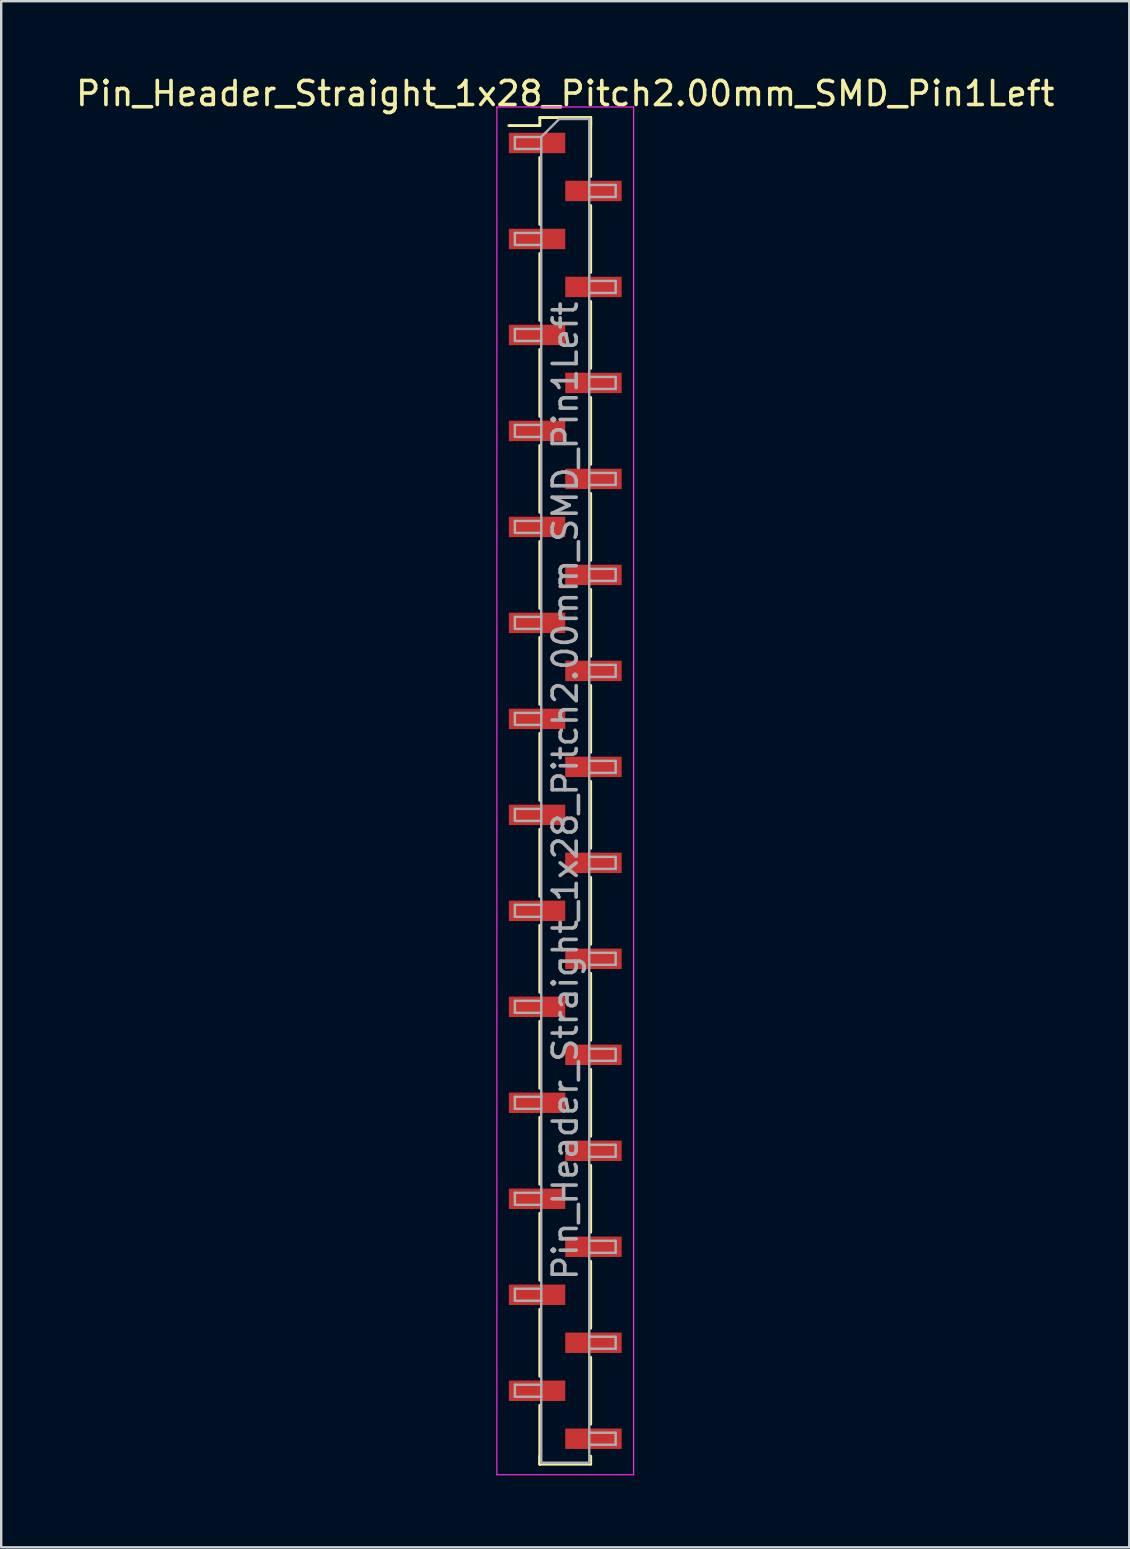
<source format=kicad_pcb>
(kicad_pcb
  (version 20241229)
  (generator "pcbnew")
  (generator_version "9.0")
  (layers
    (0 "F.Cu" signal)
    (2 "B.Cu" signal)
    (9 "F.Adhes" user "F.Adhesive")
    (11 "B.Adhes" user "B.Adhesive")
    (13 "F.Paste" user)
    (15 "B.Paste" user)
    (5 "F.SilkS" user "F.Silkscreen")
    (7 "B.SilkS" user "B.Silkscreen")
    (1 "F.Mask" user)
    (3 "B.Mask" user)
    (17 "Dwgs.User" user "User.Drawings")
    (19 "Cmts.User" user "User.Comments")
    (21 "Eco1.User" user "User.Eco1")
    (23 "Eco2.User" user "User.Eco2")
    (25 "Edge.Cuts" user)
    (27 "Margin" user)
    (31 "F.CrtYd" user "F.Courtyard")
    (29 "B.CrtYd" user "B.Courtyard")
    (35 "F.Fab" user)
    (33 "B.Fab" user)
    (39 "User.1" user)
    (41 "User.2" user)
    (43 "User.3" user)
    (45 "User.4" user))
  (footprint "Pin_Header_Straight_1x28_Pitch2.00mm_SMD_Pin1Left"
    (layer "F.Cu")
    (at 20.506 29.908)
    (property "Reference" "Pin_Header_Straight_1x28_Pitch2.00mm_SMD_Pin1Left" (at 0 -29.06 0) (layer "F.SilkS") (effects (font (size 1 1) (thickness 0.15))))
    (attr smd)
    (fp_line (start -1.06 -28.06) (end 1.06 -28.06) (stroke (width 0.12) (type solid)) (layer "F.SilkS"))
    (fp_line (start -1.06 -27.725) (end -2.35 -27.725) (stroke (width 0.12) (type solid)) (layer "F.SilkS"))
    (fp_line (start -1.06 -27.725) (end -1.06 -28.06) (stroke (width 0.12) (type solid)) (layer "F.SilkS"))
    (fp_line (start -1.06 -26.395) (end -1.06 -23.605) (stroke (width 0.12) (type solid)) (layer "F.SilkS"))
    (fp_line (start -1.06 -22.395) (end -1.06 -19.605) (stroke (width 0.12) (type solid)) (layer "F.SilkS"))
    (fp_line (start -1.06 -18.395) (end -1.06 -15.605) (stroke (width 0.12) (type solid)) (layer "F.SilkS"))
    (fp_line (start -1.06 -14.395) (end -1.06 -11.605) (stroke (width 0.12) (type solid)) (layer "F.SilkS"))
    (fp_line (start -1.06 -10.395) (end -1.06 -7.605) (stroke (width 0.12) (type solid)) (layer "F.SilkS"))
    (fp_line (start -1.06 -6.395) (end -1.06 -3.605) (stroke (width 0.12) (type solid)) (layer "F.SilkS"))
    (fp_line (start -1.06 -2.395) (end -1.06 0.395) (stroke (width 0.12) (type solid)) (layer "F.SilkS"))
    (fp_line (start -1.06 1.605) (end -1.06 4.395) (stroke (width 0.12) (type solid)) (layer "F.SilkS"))
    (fp_line (start -1.06 5.605) (end -1.06 8.395) (stroke (width 0.12) (type solid)) (layer "F.SilkS"))
    (fp_line (start -1.06 9.605) (end -1.06 12.395) (stroke (width 0.12) (type solid)) (layer "F.SilkS"))
    (fp_line (start -1.06 13.605) (end -1.06 16.395) (stroke (width 0.12) (type solid)) (layer "F.SilkS"))
    (fp_line (start -1.06 17.605) (end -1.06 20.395) (stroke (width 0.12) (type solid)) (layer "F.SilkS"))
    (fp_line (start -1.06 21.605) (end -1.06 24.395) (stroke (width 0.12) (type solid)) (layer "F.SilkS"))
    (fp_line (start -1.06 25.605) (end -1.06 28.06) (stroke (width 0.12) (type solid)) (layer "F.SilkS"))
    (fp_line (start -1.06 27.725) (end -1.06 28.06) (stroke (width 0.12) (type solid)) (layer "F.SilkS"))
    (fp_line (start -1.06 28.06) (end 1.06 28.06) (stroke (width 0.12) (type solid)) (layer "F.SilkS"))
    (fp_line (start 1.06 -28.06) (end 1.06 -27.725) (stroke (width 0.12) (type solid)) (layer "F.SilkS"))
    (fp_line (start 1.06 -28.06) (end 1.06 -25.605) (stroke (width 0.12) (type solid)) (layer "F.SilkS"))
    (fp_line (start 1.06 -24.395) (end 1.06 -21.605) (stroke (width 0.12) (type solid)) (layer "F.SilkS"))
    (fp_line (start 1.06 -20.395) (end 1.06 -17.605) (stroke (width 0.12) (type solid)) (layer "F.SilkS"))
    (fp_line (start 1.06 -16.395) (end 1.06 -13.605) (stroke (width 0.12) (type solid)) (layer "F.SilkS"))
    (fp_line (start 1.06 -12.395) (end 1.06 -9.605) (stroke (width 0.12) (type solid)) (layer "F.SilkS"))
    (fp_line (start 1.06 -8.395) (end 1.06 -5.605) (stroke (width 0.12) (type solid)) (layer "F.SilkS"))
    (fp_line (start 1.06 -4.395) (end 1.06 -1.605) (stroke (width 0.12) (type solid)) (layer "F.SilkS"))
    (fp_line (start 1.06 -0.395) (end 1.06 2.395) (stroke (width 0.12) (type solid)) (layer "F.SilkS"))
    (fp_line (start 1.06 3.605) (end 1.06 6.395) (stroke (width 0.12) (type solid)) (layer "F.SilkS"))
    (fp_line (start 1.06 7.605) (end 1.06 10.395) (stroke (width 0.12) (type solid)) (layer "F.SilkS"))
    (fp_line (start 1.06 11.605) (end 1.06 14.395) (stroke (width 0.12) (type solid)) (layer "F.SilkS"))
    (fp_line (start 1.06 15.605) (end 1.06 18.395) (stroke (width 0.12) (type solid)) (layer "F.SilkS"))
    (fp_line (start 1.06 19.605) (end 1.06 22.395) (stroke (width 0.12) (type solid)) (layer "F.SilkS"))
    (fp_line (start 1.06 23.605) (end 1.06 26.395) (stroke (width 0.12) (type solid)) (layer "F.SilkS"))
    (fp_line (start 1.06 28.06) (end 1.06 27.725) (stroke (width 0.12) (type solid)) (layer "F.SilkS"))
    (fp_line (start -2.85 -28.5) (end -2.85 28.5) (stroke (width 0.05) (type solid)) (layer "F.CrtYd"))
    (fp_line (start -2.85 28.5) (end 2.85 28.5) (stroke (width 0.05) (type solid)) (layer "F.CrtYd"))
    (fp_line (start 2.85 -28.5) (end -2.85 -28.5) (stroke (width 0.05) (type solid)) (layer "F.CrtYd"))
    (fp_line (start 2.85 28.5) (end 2.85 -28.5) (stroke (width 0.05) (type solid)) (layer "F.CrtYd"))
    (fp_line (start -2.1 -27.25) (end -2.1 -26.75) (stroke (width 0.1) (type solid)) (layer "F.Fab"))
    (fp_line (start -2.1 -26.75) (end -1 -26.75) (stroke (width 0.1) (type solid)) (layer "F.Fab"))
    (fp_line (start -2.1 -23.25) (end -2.1 -22.75) (stroke (width 0.1) (type solid)) (layer "F.Fab"))
    (fp_line (start -2.1 -22.75) (end -1 -22.75) (stroke (width 0.1) (type solid)) (layer "F.Fab"))
    (fp_line (start -2.1 -19.25) (end -2.1 -18.75) (stroke (width 0.1) (type solid)) (layer "F.Fab"))
    (fp_line (start -2.1 -18.75) (end -1 -18.75) (stroke (width 0.1) (type solid)) (layer "F.Fab"))
    (fp_line (start -2.1 -15.25) (end -2.1 -14.75) (stroke (width 0.1) (type solid)) (layer "F.Fab"))
    (fp_line (start -2.1 -14.75) (end -1 -14.75) (stroke (width 0.1) (type solid)) (layer "F.Fab"))
    (fp_line (start -2.1 -11.25) (end -2.1 -10.75) (stroke (width 0.1) (type solid)) (layer "F.Fab"))
    (fp_line (start -2.1 -10.75) (end -1 -10.75) (stroke (width 0.1) (type solid)) (layer "F.Fab"))
    (fp_line (start -2.1 -7.25) (end -2.1 -6.75) (stroke (width 0.1) (type solid)) (layer "F.Fab"))
    (fp_line (start -2.1 -6.75) (end -1 -6.75) (stroke (width 0.1) (type solid)) (layer "F.Fab"))
    (fp_line (start -2.1 -3.25) (end -2.1 -2.75) (stroke (width 0.1) (type solid)) (layer "F.Fab"))
    (fp_line (start -2.1 -2.75) (end -1 -2.75) (stroke (width 0.1) (type solid)) (layer "F.Fab"))
    (fp_line (start -2.1 0.75) (end -2.1 1.25) (stroke (width 0.1) (type solid)) (layer "F.Fab"))
    (fp_line (start -2.1 1.25) (end -1 1.25) (stroke (width 0.1) (type solid)) (layer "F.Fab"))
    (fp_line (start -2.1 4.75) (end -2.1 5.25) (stroke (width 0.1) (type solid)) (layer "F.Fab"))
    (fp_line (start -2.1 5.25) (end -1 5.25) (stroke (width 0.1) (type solid)) (layer "F.Fab"))
    (fp_line (start -2.1 8.75) (end -2.1 9.25) (stroke (width 0.1) (type solid)) (layer "F.Fab"))
    (fp_line (start -2.1 9.25) (end -1 9.25) (stroke (width 0.1) (type solid)) (layer "F.Fab"))
    (fp_line (start -2.1 12.75) (end -2.1 13.25) (stroke (width 0.1) (type solid)) (layer "F.Fab"))
    (fp_line (start -2.1 13.25) (end -1 13.25) (stroke (width 0.1) (type solid)) (layer "F.Fab"))
    (fp_line (start -2.1 16.75) (end -2.1 17.25) (stroke (width 0.1) (type solid)) (layer "F.Fab"))
    (fp_line (start -2.1 17.25) (end -1 17.25) (stroke (width 0.1) (type solid)) (layer "F.Fab"))
    (fp_line (start -2.1 20.75) (end -2.1 21.25) (stroke (width 0.1) (type solid)) (layer "F.Fab"))
    (fp_line (start -2.1 21.25) (end -1 21.25) (stroke (width 0.1) (type solid)) (layer "F.Fab"))
    (fp_line (start -2.1 24.75) (end -2.1 25.25) (stroke (width 0.1) (type solid)) (layer "F.Fab"))
    (fp_line (start -2.1 25.25) (end -1 25.25) (stroke (width 0.1) (type solid)) (layer "F.Fab"))
    (fp_line (start -1 -27.25) (end -2.1 -27.25) (stroke (width 0.1) (type solid)) (layer "F.Fab"))
    (fp_line (start -1 -27.25) (end -0.25 -28) (stroke (width 0.1) (type solid)) (layer "F.Fab"))
    (fp_line (start -1 -23.25) (end -2.1 -23.25) (stroke (width 0.1) (type solid)) (layer "F.Fab"))
    (fp_line (start -1 -19.25) (end -2.1 -19.25) (stroke (width 0.1) (type solid)) (layer "F.Fab"))
    (fp_line (start -1 -15.25) (end -2.1 -15.25) (stroke (width 0.1) (type solid)) (layer "F.Fab"))
    (fp_line (start -1 -11.25) (end -2.1 -11.25) (stroke (width 0.1) (type solid)) (layer "F.Fab"))
    (fp_line (start -1 -7.25) (end -2.1 -7.25) (stroke (width 0.1) (type solid)) (layer "F.Fab"))
    (fp_line (start -1 -3.25) (end -2.1 -3.25) (stroke (width 0.1) (type solid)) (layer "F.Fab"))
    (fp_line (start -1 0.75) (end -2.1 0.75) (stroke (width 0.1) (type solid)) (layer "F.Fab"))
    (fp_line (start -1 4.75) (end -2.1 4.75) (stroke (width 0.1) (type solid)) (layer "F.Fab"))
    (fp_line (start -1 8.75) (end -2.1 8.75) (stroke (width 0.1) (type solid)) (layer "F.Fab"))
    (fp_line (start -1 12.75) (end -2.1 12.75) (stroke (width 0.1) (type solid)) (layer "F.Fab"))
    (fp_line (start -1 16.75) (end -2.1 16.75) (stroke (width 0.1) (type solid)) (layer "F.Fab"))
    (fp_line (start -1 20.75) (end -2.1 20.75) (stroke (width 0.1) (type solid)) (layer "F.Fab"))
    (fp_line (start -1 24.75) (end -2.1 24.75) (stroke (width 0.1) (type solid)) (layer "F.Fab"))
    (fp_line (start -1 28) (end -1 -27.25) (stroke (width 0.1) (type solid)) (layer "F.Fab"))
    (fp_line (start -0.25 -28) (end 1 -28) (stroke (width 0.1) (type solid)) (layer "F.Fab"))
    (fp_line (start 1 -28) (end 1 28) (stroke (width 0.1) (type solid)) (layer "F.Fab"))
    (fp_line (start 1 -25.25) (end 2.1 -25.25) (stroke (width 0.1) (type solid)) (layer "F.Fab"))
    (fp_line (start 1 -21.25) (end 2.1 -21.25) (stroke (width 0.1) (type solid)) (layer "F.Fab"))
    (fp_line (start 1 -17.25) (end 2.1 -17.25) (stroke (width 0.1) (type solid)) (layer "F.Fab"))
    (fp_line (start 1 -13.25) (end 2.1 -13.25) (stroke (width 0.1) (type solid)) (layer "F.Fab"))
    (fp_line (start 1 -9.25) (end 2.1 -9.25) (stroke (width 0.1) (type solid)) (layer "F.Fab"))
    (fp_line (start 1 -5.25) (end 2.1 -5.25) (stroke (width 0.1) (type solid)) (layer "F.Fab"))
    (fp_line (start 1 -1.25) (end 2.1 -1.25) (stroke (width 0.1) (type solid)) (layer "F.Fab"))
    (fp_line (start 1 2.75) (end 2.1 2.75) (stroke (width 0.1) (type solid)) (layer "F.Fab"))
    (fp_line (start 1 6.75) (end 2.1 6.75) (stroke (width 0.1) (type solid)) (layer "F.Fab"))
    (fp_line (start 1 10.75) (end 2.1 10.75) (stroke (width 0.1) (type solid)) (layer "F.Fab"))
    (fp_line (start 1 14.75) (end 2.1 14.75) (stroke (width 0.1) (type solid)) (layer "F.Fab"))
    (fp_line (start 1 18.75) (end 2.1 18.75) (stroke (width 0.1) (type solid)) (layer "F.Fab"))
    (fp_line (start 1 22.75) (end 2.1 22.75) (stroke (width 0.1) (type solid)) (layer "F.Fab"))
    (fp_line (start 1 26.75) (end 2.1 26.75) (stroke (width 0.1) (type solid)) (layer "F.Fab"))
    (fp_line (start 1 28) (end -1 28) (stroke (width 0.1) (type solid)) (layer "F.Fab"))
    (fp_line (start 2.1 -25.25) (end 2.1 -24.75) (stroke (width 0.1) (type solid)) (layer "F.Fab"))
    (fp_line (start 2.1 -24.75) (end 1 -24.75) (stroke (width 0.1) (type solid)) (layer "F.Fab"))
    (fp_line (start 2.1 -21.25) (end 2.1 -20.75) (stroke (width 0.1) (type solid)) (layer "F.Fab"))
    (fp_line (start 2.1 -20.75) (end 1 -20.75) (stroke (width 0.1) (type solid)) (layer "F.Fab"))
    (fp_line (start 2.1 -17.25) (end 2.1 -16.75) (stroke (width 0.1) (type solid)) (layer "F.Fab"))
    (fp_line (start 2.1 -16.75) (end 1 -16.75) (stroke (width 0.1) (type solid)) (layer "F.Fab"))
    (fp_line (start 2.1 -13.25) (end 2.1 -12.75) (stroke (width 0.1) (type solid)) (layer "F.Fab"))
    (fp_line (start 2.1 -12.75) (end 1 -12.75) (stroke (width 0.1) (type solid)) (layer "F.Fab"))
    (fp_line (start 2.1 -9.25) (end 2.1 -8.75) (stroke (width 0.1) (type solid)) (layer "F.Fab"))
    (fp_line (start 2.1 -8.75) (end 1 -8.75) (stroke (width 0.1) (type solid)) (layer "F.Fab"))
    (fp_line (start 2.1 -5.25) (end 2.1 -4.75) (stroke (width 0.1) (type solid)) (layer "F.Fab"))
    (fp_line (start 2.1 -4.75) (end 1 -4.75) (stroke (width 0.1) (type solid)) (layer "F.Fab"))
    (fp_line (start 2.1 -1.25) (end 2.1 -0.75) (stroke (width 0.1) (type solid)) (layer "F.Fab"))
    (fp_line (start 2.1 -0.75) (end 1 -0.75) (stroke (width 0.1) (type solid)) (layer "F.Fab"))
    (fp_line (start 2.1 2.75) (end 2.1 3.25) (stroke (width 0.1) (type solid)) (layer "F.Fab"))
    (fp_line (start 2.1 3.25) (end 1 3.25) (stroke (width 0.1) (type solid)) (layer "F.Fab"))
    (fp_line (start 2.1 6.75) (end 2.1 7.25) (stroke (width 0.1) (type solid)) (layer "F.Fab"))
    (fp_line (start 2.1 7.25) (end 1 7.25) (stroke (width 0.1) (type solid)) (layer "F.Fab"))
    (fp_line (start 2.1 10.75) (end 2.1 11.25) (stroke (width 0.1) (type solid)) (layer "F.Fab"))
    (fp_line (start 2.1 11.25) (end 1 11.25) (stroke (width 0.1) (type solid)) (layer "F.Fab"))
    (fp_line (start 2.1 14.75) (end 2.1 15.25) (stroke (width 0.1) (type solid)) (layer "F.Fab"))
    (fp_line (start 2.1 15.25) (end 1 15.25) (stroke (width 0.1) (type solid)) (layer "F.Fab"))
    (fp_line (start 2.1 18.75) (end 2.1 19.25) (stroke (width 0.1) (type solid)) (layer "F.Fab"))
    (fp_line (start 2.1 19.25) (end 1 19.25) (stroke (width 0.1) (type solid)) (layer "F.Fab"))
    (fp_line (start 2.1 22.75) (end 2.1 23.25) (stroke (width 0.1) (type solid)) (layer "F.Fab"))
    (fp_line (start 2.1 23.25) (end 1 23.25) (stroke (width 0.1) (type solid)) (layer "F.Fab"))
    (fp_line (start 2.1 26.75) (end 2.1 27.25) (stroke (width 0.1) (type solid)) (layer "F.Fab"))
    (fp_line (start 2.1 27.25) (end 1 27.25) (stroke (width 0.1) (type solid)) (layer "F.Fab"))
    (fp_text user "${REFERENCE}" (at 0 0 90) (layer "F.Fab") (effects (font (size 1 1) (thickness 0.15))))
    (pad "1" smd rect (at -1.175 -27) (size 2.35 0.85) (layers "F.Cu" "F.Mask" "F.Paste"))
    (pad "2" smd rect (at 1.175 -25) (size 2.35 0.85) (layers "F.Cu" "F.Mask" "F.Paste"))
    (pad "3" smd rect (at -1.175 -23) (size 2.35 0.85) (layers "F.Cu" "F.Mask" "F.Paste"))
    (pad "4" smd rect (at 1.175 -21) (size 2.35 0.85) (layers "F.Cu" "F.Mask" "F.Paste"))
    (pad "5" smd rect (at -1.175 -19) (size 2.35 0.85) (layers "F.Cu" "F.Mask" "F.Paste"))
    (pad "6" smd rect (at 1.175 -17) (size 2.35 0.85) (layers "F.Cu" "F.Mask" "F.Paste"))
    (pad "7" smd rect (at -1.175 -15) (size 2.35 0.85) (layers "F.Cu" "F.Mask" "F.Paste"))
    (pad "8" smd rect (at 1.175 -13) (size 2.35 0.85) (layers "F.Cu" "F.Mask" "F.Paste"))
    (pad "9" smd rect (at -1.175 -11) (size 2.35 0.85) (layers "F.Cu" "F.Mask" "F.Paste"))
    (pad "10" smd rect (at 1.175 -9) (size 2.35 0.85) (layers "F.Cu" "F.Mask" "F.Paste"))
    (pad "11" smd rect (at -1.175 -7) (size 2.35 0.85) (layers "F.Cu" "F.Mask" "F.Paste"))
    (pad "12" smd rect (at 1.175 -5) (size 2.35 0.85) (layers "F.Cu" "F.Mask" "F.Paste"))
    (pad "13" smd rect (at -1.175 -3) (size 2.35 0.85) (layers "F.Cu" "F.Mask" "F.Paste"))
    (pad "14" smd rect (at 1.175 -1) (size 2.35 0.85) (layers "F.Cu" "F.Mask" "F.Paste"))
    (pad "15" smd rect (at -1.175 1) (size 2.35 0.85) (layers "F.Cu" "F.Mask" "F.Paste"))
    (pad "16" smd rect (at 1.175 3) (size 2.35 0.85) (layers "F.Cu" "F.Mask" "F.Paste"))
    (pad "17" smd rect (at -1.175 5) (size 2.35 0.85) (layers "F.Cu" "F.Mask" "F.Paste"))
    (pad "18" smd rect (at 1.175 7) (size 2.35 0.85) (layers "F.Cu" "F.Mask" "F.Paste"))
    (pad "19" smd rect (at -1.175 9) (size 2.35 0.85) (layers "F.Cu" "F.Mask" "F.Paste"))
    (pad "20" smd rect (at 1.175 11) (size 2.35 0.85) (layers "F.Cu" "F.Mask" "F.Paste"))
    (pad "21" smd rect (at -1.175 13) (size 2.35 0.85) (layers "F.Cu" "F.Mask" "F.Paste"))
    (pad "22" smd rect (at 1.175 15) (size 2.35 0.85) (layers "F.Cu" "F.Mask" "F.Paste"))
    (pad "23" smd rect (at -1.175 17) (size 2.35 0.85) (layers "F.Cu" "F.Mask" "F.Paste"))
    (pad "24" smd rect (at 1.175 19) (size 2.35 0.85) (layers "F.Cu" "F.Mask" "F.Paste"))
    (pad "25" smd rect (at -1.175 21) (size 2.35 0.85) (layers "F.Cu" "F.Mask" "F.Paste"))
    (pad "26" smd rect (at 1.175 23) (size 2.35 0.85) (layers "F.Cu" "F.Mask" "F.Paste"))
    (pad "27" smd rect (at -1.175 25) (size 2.35 0.85) (layers "F.Cu" "F.Mask" "F.Paste"))
    (pad "28" smd rect (at 1.175 27) (size 2.35 0.85) (layers "F.Cu" "F.Mask" "F.Paste")))
  (gr_rect
    (start -3 -3)
    (end 44.012 61.433)
    (stroke (width 0.1) (type default))
    (fill no)
    (layer "Edge.Cuts")))
</source>
